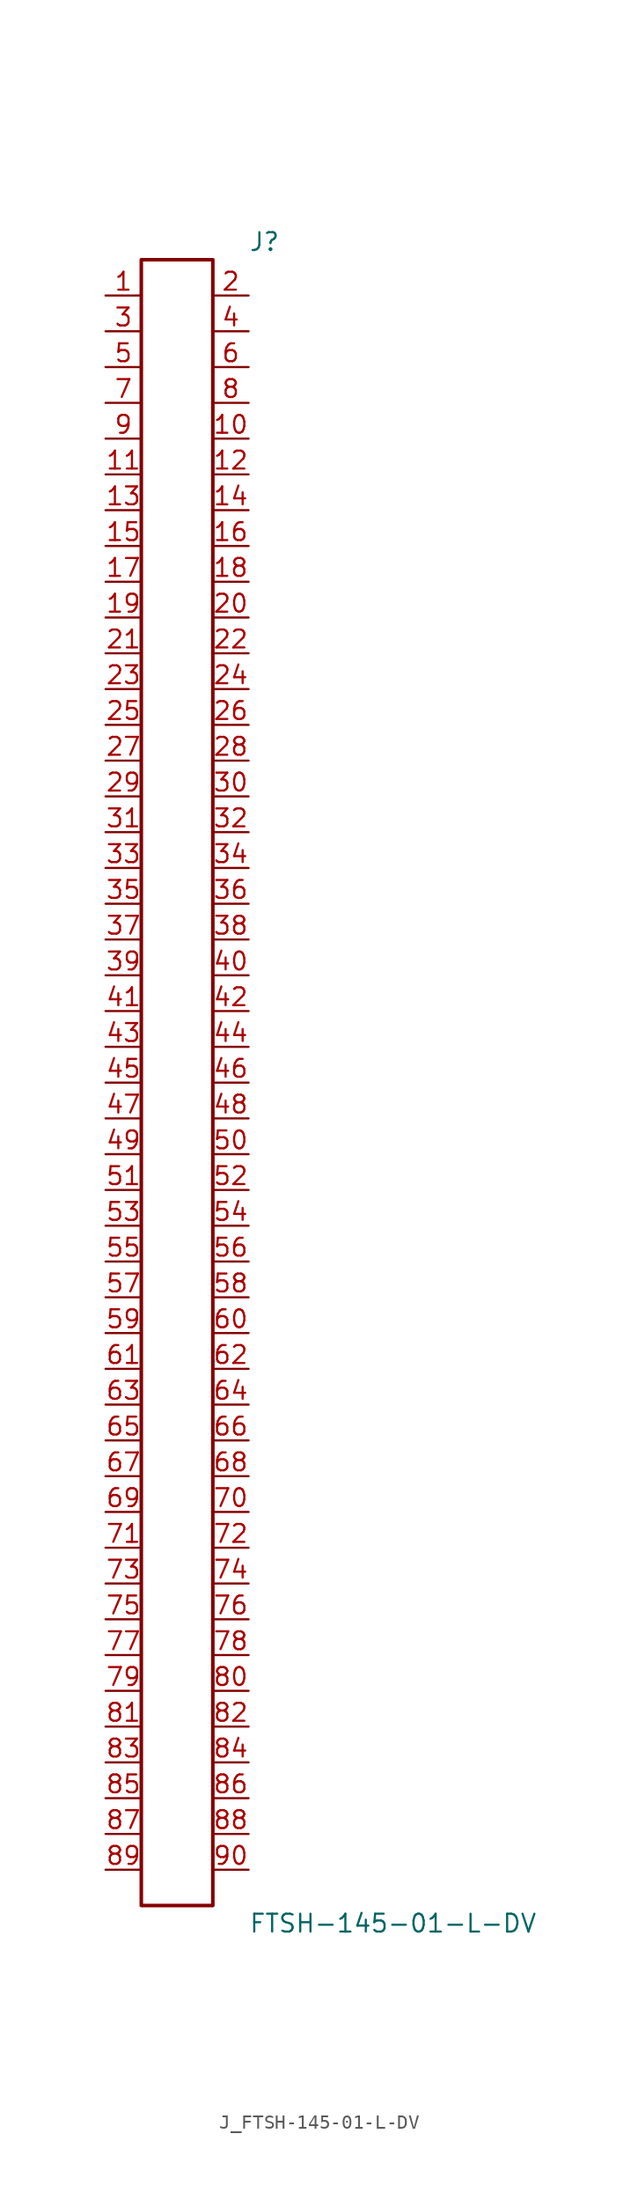
<source format=kicad_sym>
(kicad_symbol_lib
  (version 20231120)
  (generator kicad_symbol_editor)
  (generator_version 8.0)
  (symbol "J_FTSH-145-01-L-DV"
    (pin_names
      (offset 0.254))
    (property "Reference" "J"
      (at 5.08 59.69 0)
      (effects (font (size 1.27 1.27)) (justify left)))
    (property "Value" "FTSH-145-01-L-DV"
      (at 5.08 -59.69 0)
      (effects (font (size 1.27 1.27)) (justify left)))
    (symbol "J_FTSH-145-01-L-DV_0_0"
      (pin passive line (at -5.08 55.88 0) (length 2.54) (name "" (effects (font (size 1.27 1.27)))) (number "1" (effects (font (size 1.27 1.27)))))
      (pin passive line (at 5.08 55.88 180) (length 2.54) (name "" (effects (font (size 1.27 1.27)))) (number "2" (effects (font (size 1.27 1.27)))))
      (pin passive line (at -5.08 53.34 0) (length 2.54) (name "" (effects (font (size 1.27 1.27)))) (number "3" (effects (font (size 1.27 1.27)))))
      (pin passive line (at 5.08 53.34 180) (length 2.54) (name "" (effects (font (size 1.27 1.27)))) (number "4" (effects (font (size 1.27 1.27)))))
      (pin passive line (at -5.08 50.8 0) (length 2.54) (name "" (effects (font (size 1.27 1.27)))) (number "5" (effects (font (size 1.27 1.27)))))
      (pin passive line (at 5.08 50.8 180) (length 2.54) (name "" (effects (font (size 1.27 1.27)))) (number "6" (effects (font (size 1.27 1.27)))))
      (pin passive line (at -5.08 48.26 0) (length 2.54) (name "" (effects (font (size 1.27 1.27)))) (number "7" (effects (font (size 1.27 1.27)))))
      (pin passive line (at 5.08 48.26 180) (length 2.54) (name "" (effects (font (size 1.27 1.27)))) (number "8" (effects (font (size 1.27 1.27)))))
      (pin passive line (at -5.08 45.72 0) (length 2.54) (name "" (effects (font (size 1.27 1.27)))) (number "9" (effects (font (size 1.27 1.27)))))
      (pin passive line (at 5.08 45.72 180) (length 2.54) (name "" (effects (font (size 1.27 1.27)))) (number "10" (effects (font (size 1.27 1.27)))))
      (pin passive line (at -5.08 43.18 0) (length 2.54) (name "" (effects (font (size 1.27 1.27)))) (number "11" (effects (font (size 1.27 1.27)))))
      (pin passive line (at 5.08 43.18 180) (length 2.54) (name "" (effects (font (size 1.27 1.27)))) (number "12" (effects (font (size 1.27 1.27)))))
      (pin passive line (at -5.08 40.64 0) (length 2.54) (name "" (effects (font (size 1.27 1.27)))) (number "13" (effects (font (size 1.27 1.27)))))
      (pin passive line (at 5.08 40.64 180) (length 2.54) (name "" (effects (font (size 1.27 1.27)))) (number "14" (effects (font (size 1.27 1.27)))))
      (pin passive line (at -5.08 38.1 0) (length 2.54) (name "" (effects (font (size 1.27 1.27)))) (number "15" (effects (font (size 1.27 1.27)))))
      (pin passive line (at 5.08 38.1 180) (length 2.54) (name "" (effects (font (size 1.27 1.27)))) (number "16" (effects (font (size 1.27 1.27)))))
      (pin passive line (at -5.08 35.56 0) (length 2.54) (name "" (effects (font (size 1.27 1.27)))) (number "17" (effects (font (size 1.27 1.27)))))
      (pin passive line (at 5.08 35.56 180) (length 2.54) (name "" (effects (font (size 1.27 1.27)))) (number "18" (effects (font (size 1.27 1.27)))))
      (pin passive line (at -5.08 33.02 0) (length 2.54) (name "" (effects (font (size 1.27 1.27)))) (number "19" (effects (font (size 1.27 1.27)))))
      (pin passive line (at 5.08 33.02 180) (length 2.54) (name "" (effects (font (size 1.27 1.27)))) (number "20" (effects (font (size 1.27 1.27)))))
      (pin passive line (at -5.08 30.48 0) (length 2.54) (name "" (effects (font (size 1.27 1.27)))) (number "21" (effects (font (size 1.27 1.27)))))
      (pin passive line (at 5.08 30.48 180) (length 2.54) (name "" (effects (font (size 1.27 1.27)))) (number "22" (effects (font (size 1.27 1.27)))))
      (pin passive line (at -5.08 27.94 0) (length 2.54) (name "" (effects (font (size 1.27 1.27)))) (number "23" (effects (font (size 1.27 1.27)))))
      (pin passive line (at 5.08 27.94 180) (length 2.54) (name "" (effects (font (size 1.27 1.27)))) (number "24" (effects (font (size 1.27 1.27)))))
      (pin passive line (at -5.08 25.4 0) (length 2.54) (name "" (effects (font (size 1.27 1.27)))) (number "25" (effects (font (size 1.27 1.27)))))
      (pin passive line (at 5.08 25.4 180) (length 2.54) (name "" (effects (font (size 1.27 1.27)))) (number "26" (effects (font (size 1.27 1.27)))))
      (pin passive line (at -5.08 22.86 0) (length 2.54) (name "" (effects (font (size 1.27 1.27)))) (number "27" (effects (font (size 1.27 1.27)))))
      (pin passive line (at 5.08 22.86 180) (length 2.54) (name "" (effects (font (size 1.27 1.27)))) (number "28" (effects (font (size 1.27 1.27)))))
      (pin passive line (at -5.08 20.32 0) (length 2.54) (name "" (effects (font (size 1.27 1.27)))) (number "29" (effects (font (size 1.27 1.27)))))
      (pin passive line (at 5.08 20.32 180) (length 2.54) (name "" (effects (font (size 1.27 1.27)))) (number "30" (effects (font (size 1.27 1.27)))))
      (pin passive line (at -5.08 17.78 0) (length 2.54) (name "" (effects (font (size 1.27 1.27)))) (number "31" (effects (font (size 1.27 1.27)))))
      (pin passive line (at 5.08 17.78 180) (length 2.54) (name "" (effects (font (size 1.27 1.27)))) (number "32" (effects (font (size 1.27 1.27)))))
      (pin passive line (at -5.08 15.24 0) (length 2.54) (name "" (effects (font (size 1.27 1.27)))) (number "33" (effects (font (size 1.27 1.27)))))
      (pin passive line (at 5.08 15.24 180) (length 2.54) (name "" (effects (font (size 1.27 1.27)))) (number "34" (effects (font (size 1.27 1.27)))))
      (pin passive line (at -5.08 12.7 0) (length 2.54) (name "" (effects (font (size 1.27 1.27)))) (number "35" (effects (font (size 1.27 1.27)))))
      (pin passive line (at 5.08 12.7 180) (length 2.54) (name "" (effects (font (size 1.27 1.27)))) (number "36" (effects (font (size 1.27 1.27)))))
      (pin passive line (at -5.08 10.16 0) (length 2.54) (name "" (effects (font (size 1.27 1.27)))) (number "37" (effects (font (size 1.27 1.27)))))
      (pin passive line (at 5.08 10.16 180) (length 2.54) (name "" (effects (font (size 1.27 1.27)))) (number "38" (effects (font (size 1.27 1.27)))))
      (pin passive line (at -5.08 7.62 0) (length 2.54) (name "" (effects (font (size 1.27 1.27)))) (number "39" (effects (font (size 1.27 1.27)))))
      (pin passive line (at 5.08 7.62 180) (length 2.54) (name "" (effects (font (size 1.27 1.27)))) (number "40" (effects (font (size 1.27 1.27)))))
      (pin passive line (at -5.08 5.08 0) (length 2.54) (name "" (effects (font (size 1.27 1.27)))) (number "41" (effects (font (size 1.27 1.27)))))
      (pin passive line (at 5.08 5.08 180) (length 2.54) (name "" (effects (font (size 1.27 1.27)))) (number "42" (effects (font (size 1.27 1.27)))))
      (pin passive line (at -5.08 2.54 0) (length 2.54) (name "" (effects (font (size 1.27 1.27)))) (number "43" (effects (font (size 1.27 1.27)))))
      (pin passive line (at 5.08 2.54 180) (length 2.54) (name "" (effects (font (size 1.27 1.27)))) (number "44" (effects (font (size 1.27 1.27)))))
      (pin passive line (at -5.08 0.0 0) (length 2.54) (name "" (effects (font (size 1.27 1.27)))) (number "45" (effects (font (size 1.27 1.27)))))
      (pin passive line (at 5.08 0.0 180) (length 2.54) (name "" (effects (font (size 1.27 1.27)))) (number "46" (effects (font (size 1.27 1.27)))))
      (pin passive line (at -5.08 -2.54 0) (length 2.54) (name "" (effects (font (size 1.27 1.27)))) (number "47" (effects (font (size 1.27 1.27)))))
      (pin passive line (at 5.08 -2.54 180) (length 2.54) (name "" (effects (font (size 1.27 1.27)))) (number "48" (effects (font (size 1.27 1.27)))))
      (pin passive line (at -5.08 -5.08 0) (length 2.54) (name "" (effects (font (size 1.27 1.27)))) (number "49" (effects (font (size 1.27 1.27)))))
      (pin passive line (at 5.08 -5.08 180) (length 2.54) (name "" (effects (font (size 1.27 1.27)))) (number "50" (effects (font (size 1.27 1.27)))))
      (pin passive line (at -5.08 -7.62 0) (length 2.54) (name "" (effects (font (size 1.27 1.27)))) (number "51" (effects (font (size 1.27 1.27)))))
      (pin passive line (at 5.08 -7.62 180) (length 2.54) (name "" (effects (font (size 1.27 1.27)))) (number "52" (effects (font (size 1.27 1.27)))))
      (pin passive line (at -5.08 -10.16 0) (length 2.54) (name "" (effects (font (size 1.27 1.27)))) (number "53" (effects (font (size 1.27 1.27)))))
      (pin passive line (at 5.08 -10.16 180) (length 2.54) (name "" (effects (font (size 1.27 1.27)))) (number "54" (effects (font (size 1.27 1.27)))))
      (pin passive line (at -5.08 -12.7 0) (length 2.54) (name "" (effects (font (size 1.27 1.27)))) (number "55" (effects (font (size 1.27 1.27)))))
      (pin passive line (at 5.08 -12.7 180) (length 2.54) (name "" (effects (font (size 1.27 1.27)))) (number "56" (effects (font (size 1.27 1.27)))))
      (pin passive line (at -5.08 -15.24 0) (length 2.54) (name "" (effects (font (size 1.27 1.27)))) (number "57" (effects (font (size 1.27 1.27)))))
      (pin passive line (at 5.08 -15.24 180) (length 2.54) (name "" (effects (font (size 1.27 1.27)))) (number "58" (effects (font (size 1.27 1.27)))))
      (pin passive line (at -5.08 -17.78 0) (length 2.54) (name "" (effects (font (size 1.27 1.27)))) (number "59" (effects (font (size 1.27 1.27)))))
      (pin passive line (at 5.08 -17.78 180) (length 2.54) (name "" (effects (font (size 1.27 1.27)))) (number "60" (effects (font (size 1.27 1.27)))))
      (pin passive line (at -5.08 -20.32 0) (length 2.54) (name "" (effects (font (size 1.27 1.27)))) (number "61" (effects (font (size 1.27 1.27)))))
      (pin passive line (at 5.08 -20.32 180) (length 2.54) (name "" (effects (font (size 1.27 1.27)))) (number "62" (effects (font (size 1.27 1.27)))))
      (pin passive line (at -5.08 -22.86 0) (length 2.54) (name "" (effects (font (size 1.27 1.27)))) (number "63" (effects (font (size 1.27 1.27)))))
      (pin passive line (at 5.08 -22.86 180) (length 2.54) (name "" (effects (font (size 1.27 1.27)))) (number "64" (effects (font (size 1.27 1.27)))))
      (pin passive line (at -5.08 -25.4 0) (length 2.54) (name "" (effects (font (size 1.27 1.27)))) (number "65" (effects (font (size 1.27 1.27)))))
      (pin passive line (at 5.08 -25.4 180) (length 2.54) (name "" (effects (font (size 1.27 1.27)))) (number "66" (effects (font (size 1.27 1.27)))))
      (pin passive line (at -5.08 -27.94 0) (length 2.54) (name "" (effects (font (size 1.27 1.27)))) (number "67" (effects (font (size 1.27 1.27)))))
      (pin passive line (at 5.08 -27.94 180) (length 2.54) (name "" (effects (font (size 1.27 1.27)))) (number "68" (effects (font (size 1.27 1.27)))))
      (pin passive line (at -5.08 -30.48 0) (length 2.54) (name "" (effects (font (size 1.27 1.27)))) (number "69" (effects (font (size 1.27 1.27)))))
      (pin passive line (at 5.08 -30.48 180) (length 2.54) (name "" (effects (font (size 1.27 1.27)))) (number "70" (effects (font (size 1.27 1.27)))))
      (pin passive line (at -5.08 -33.02 0) (length 2.54) (name "" (effects (font (size 1.27 1.27)))) (number "71" (effects (font (size 1.27 1.27)))))
      (pin passive line (at 5.08 -33.02 180) (length 2.54) (name "" (effects (font (size 1.27 1.27)))) (number "72" (effects (font (size 1.27 1.27)))))
      (pin passive line (at -5.08 -35.56 0) (length 2.54) (name "" (effects (font (size 1.27 1.27)))) (number "73" (effects (font (size 1.27 1.27)))))
      (pin passive line (at 5.08 -35.56 180) (length 2.54) (name "" (effects (font (size 1.27 1.27)))) (number "74" (effects (font (size 1.27 1.27)))))
      (pin passive line (at -5.08 -38.1 0) (length 2.54) (name "" (effects (font (size 1.27 1.27)))) (number "75" (effects (font (size 1.27 1.27)))))
      (pin passive line (at 5.08 -38.1 180) (length 2.54) (name "" (effects (font (size 1.27 1.27)))) (number "76" (effects (font (size 1.27 1.27)))))
      (pin passive line (at -5.08 -40.64 0) (length 2.54) (name "" (effects (font (size 1.27 1.27)))) (number "77" (effects (font (size 1.27 1.27)))))
      (pin passive line (at 5.08 -40.64 180) (length 2.54) (name "" (effects (font (size 1.27 1.27)))) (number "78" (effects (font (size 1.27 1.27)))))
      (pin passive line (at -5.08 -43.18 0) (length 2.54) (name "" (effects (font (size 1.27 1.27)))) (number "79" (effects (font (size 1.27 1.27)))))
      (pin passive line (at 5.08 -43.18 180) (length 2.54) (name "" (effects (font (size 1.27 1.27)))) (number "80" (effects (font (size 1.27 1.27)))))
      (pin passive line (at -5.08 -45.72 0) (length 2.54) (name "" (effects (font (size 1.27 1.27)))) (number "81" (effects (font (size 1.27 1.27)))))
      (pin passive line (at 5.08 -45.72 180) (length 2.54) (name "" (effects (font (size 1.27 1.27)))) (number "82" (effects (font (size 1.27 1.27)))))
      (pin passive line (at -5.08 -48.26 0) (length 2.54) (name "" (effects (font (size 1.27 1.27)))) (number "83" (effects (font (size 1.27 1.27)))))
      (pin passive line (at 5.08 -48.26 180) (length 2.54) (name "" (effects (font (size 1.27 1.27)))) (number "84" (effects (font (size 1.27 1.27)))))
      (pin passive line (at -5.08 -50.8 0) (length 2.54) (name "" (effects (font (size 1.27 1.27)))) (number "85" (effects (font (size 1.27 1.27)))))
      (pin passive line (at 5.08 -50.8 180) (length 2.54) (name "" (effects (font (size 1.27 1.27)))) (number "86" (effects (font (size 1.27 1.27)))))
      (pin passive line (at -5.08 -53.34 0) (length 2.54) (name "" (effects (font (size 1.27 1.27)))) (number "87" (effects (font (size 1.27 1.27)))))
      (pin passive line (at 5.08 -53.34 180) (length 2.54) (name "" (effects (font (size 1.27 1.27)))) (number "88" (effects (font (size 1.27 1.27)))))
      (pin passive line (at -5.08 -55.88 0) (length 2.54) (name "" (effects (font (size 1.27 1.27)))) (number "89" (effects (font (size 1.27 1.27)))))
      (pin passive line (at 5.08 -55.88 180) (length 2.54) (name "" (effects (font (size 1.27 1.27)))) (number "90" (effects (font (size 1.27 1.27))))))
    (symbol "J_FTSH-145-01-L-DV_1_0"
      (rectangle (start -2.54 58.42) (end 2.54 -58.42) (stroke (width 0.254) (type solid)) (fill (type none))))))
</source>
